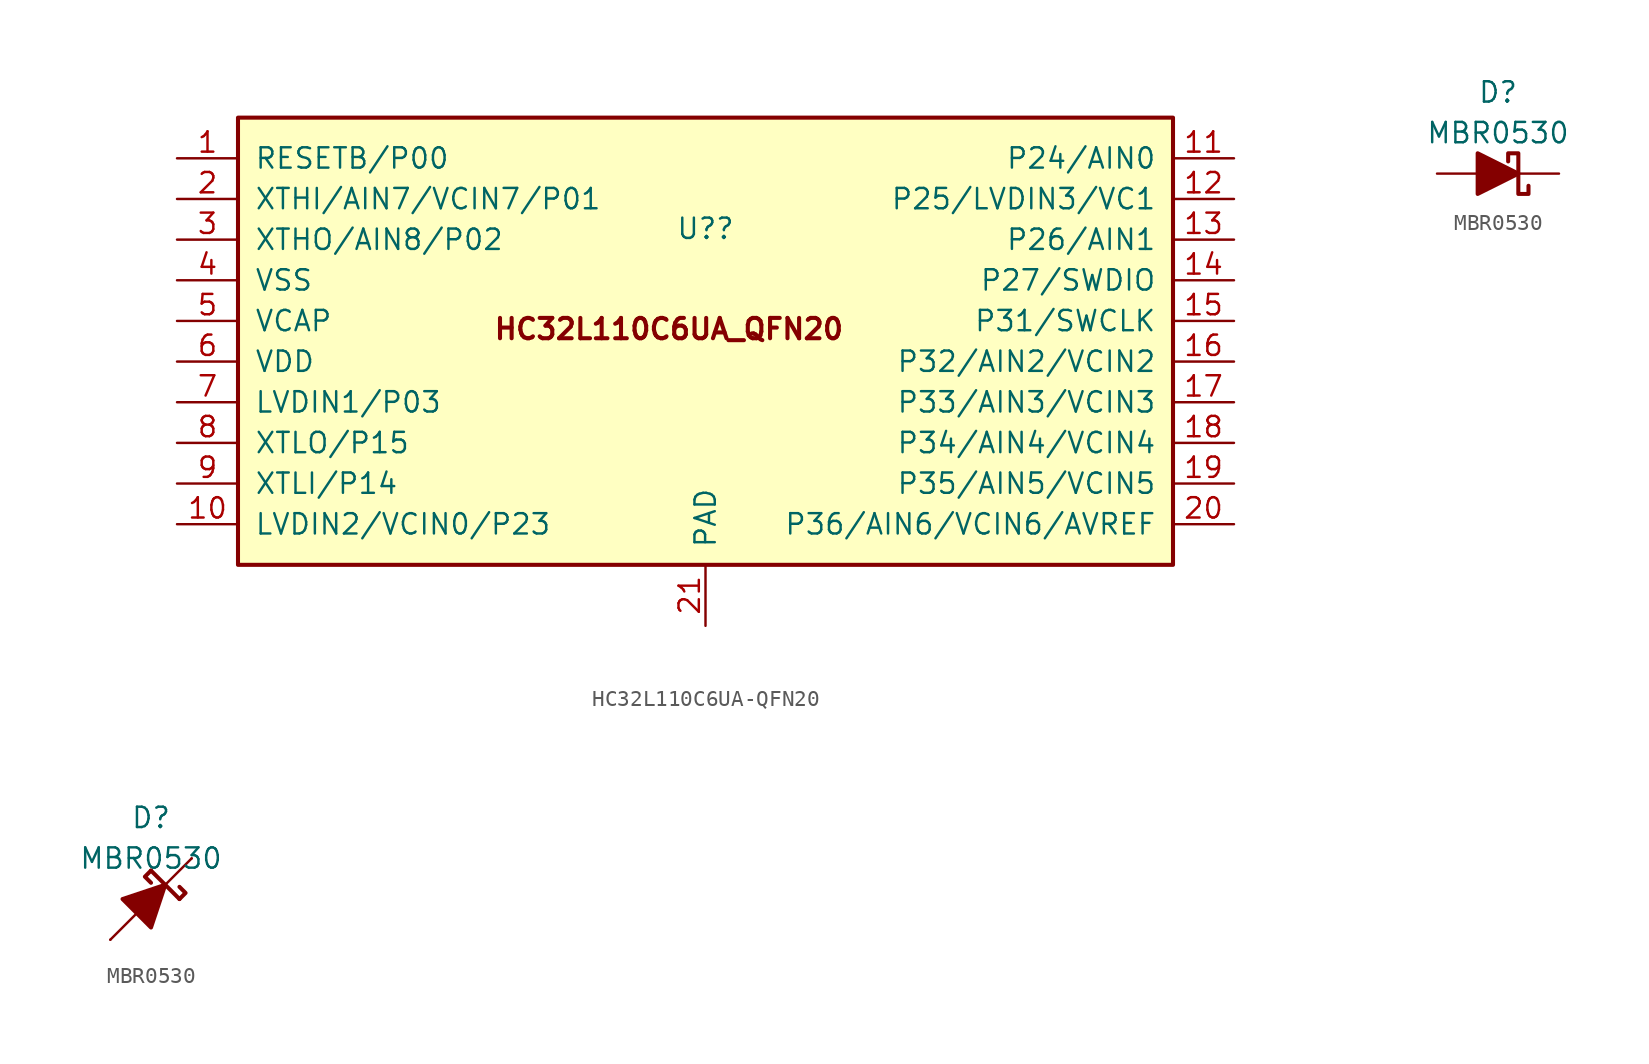
<source format=kicad_sym>
(kicad_symbol_lib
  (version 20231120)
  (generator "kicad_symbol_editor")
  (generator_version "8.0")
  (symbol "HC32L110C6UA-QFN20"
    (pin_names
      (offset 1.014))
    (property "Reference" "U?"
      (at 0 7.036 0)
      (effects (font (size 1.27 1.27))))
    (symbol "HC32L110C6UA-QFN20_1_1"
      (rectangle (start -29.21 13.97) (end 29.21 -13.97) (stroke (width 0.254) (type default)) (fill (type background)))
      (text "HC32L110C6UA_QFN20" (at -2.286 0.762 0) (effects (font (size 1.27 1.27) (thickness 0.254) (bold yes))))
      (pin input line (at -33.02 11.43 0) (length 3.81) (name "RESETB/P00" (effects (font (size 1.27 1.27)))) (number "1" (effects (font (size 1.27 1.27)))))
      (pin bidirectional line (at -33.02 -11.43 0) (length 3.81) (name "LVDIN2/VCIN0/P23" (effects (font (size 1.27 1.27)))) (number "10" (effects (font (size 1.27 1.27)))))
      (pin bidirectional line (at 33.02 11.43 180) (length 3.81) (name "P24/AIN0" (effects (font (size 1.27 1.27)))) (number "11" (effects (font (size 1.27 1.27)))))
      (pin bidirectional line (at 33.02 8.89 180) (length 3.81) (name "P25/LVDIN3/VC1" (effects (font (size 1.27 1.27)))) (number "12" (effects (font (size 1.27 1.27)))))
      (pin bidirectional line (at 33.02 6.35 180) (length 3.81) (name "P26/AIN1" (effects (font (size 1.27 1.27)))) (number "13" (effects (font (size 1.27 1.27)))))
      (pin bidirectional line (at 33.02 3.81 180) (length 3.81) (name "P27/SWDIO" (effects (font (size 1.27 1.27)))) (number "14" (effects (font (size 1.27 1.27)))))
      (pin input line (at 33.02 1.27 180) (length 3.81) (name "P31/SWCLK" (effects (font (size 1.27 1.27)))) (number "15" (effects (font (size 1.27 1.27)))))
      (pin bidirectional line (at 33.02 -1.27 180) (length 3.81) (name "P32/AIN2/VCIN2" (effects (font (size 1.27 1.27)))) (number "16" (effects (font (size 1.27 1.27)))))
      (pin bidirectional line (at 33.02 -3.81 180) (length 3.81) (name "P33/AIN3/VCIN3" (effects (font (size 1.27 1.27)))) (number "17" (effects (font (size 1.27 1.27)))))
      (pin bidirectional line (at 33.02 -6.35 180) (length 3.81) (name "P34/AIN4/VCIN4" (effects (font (size 1.27 1.27)))) (number "18" (effects (font (size 1.27 1.27)))))
      (pin bidirectional line (at 33.02 -8.89 180) (length 3.81) (name "P35/AIN5/VCIN5" (effects (font (size 1.27 1.27)))) (number "19" (effects (font (size 1.27 1.27)))))
      (pin bidirectional line (at -33.02 8.89 0) (length 3.81) (name "XTHI/AIN7/VCIN7/P01" (effects (font (size 1.27 1.27)))) (number "2" (effects (font (size 1.27 1.27)))))
      (pin bidirectional line (at 33.02 -11.43 180) (length 3.81) (name "P36/AIN6/VCIN6/AVREF" (effects (font (size 1.27 1.27)))) (number "20" (effects (font (size 1.27 1.27)))))
      (pin power_in line (at 0 -17.78 90) (length 3.81) (name "PAD" (effects (font (size 1.27 1.27)))) (number "21" (effects (font (size 1.27 1.27)))))
      (pin bidirectional line (at -33.02 6.35 0) (length 3.81) (name "XTHO/AIN8/P02" (effects (font (size 1.27 1.27)))) (number "3" (effects (font (size 1.27 1.27)))))
      (pin power_in line (at -33.02 3.81 0) (length 3.81) (name "VSS" (effects (font (size 1.27 1.27)))) (number "4" (effects (font (size 1.27 1.27)))))
      (pin passive line (at -33.02 1.27 0) (length 3.81) (name "VCAP" (effects (font (size 1.27 1.27)))) (number "5" (effects (font (size 1.27 1.27)))))
      (pin power_in line (at -33.02 -1.27 0) (length 3.81) (name "VDD" (effects (font (size 1.27 1.27)))) (number "6" (effects (font (size 1.27 1.27)))))
      (pin bidirectional line (at -33.02 -3.81 0) (length 3.81) (name "LVDIN1/P03" (effects (font (size 1.27 1.27)))) (number "7" (effects (font (size 1.27 1.27)))))
      (pin bidirectional line (at -33.02 -6.35 0) (length 3.81) (name "XTLO/P15" (effects (font (size 1.27 1.27)))) (number "8" (effects (font (size 1.27 1.27)))))
      (pin bidirectional line (at -33.02 -8.89 0) (length 3.81) (name "XTLI/P14" (effects (font (size 1.27 1.27)))) (number "9" (effects (font (size 1.27 1.27)))))))
  (symbol "MBR0530"
    (pin_numbers hide)
    (pin_names
      (offset 1.016) hide)
    (property "Reference" "D"
      (at 0 5.08 0)
      (effects (font (size 1.27 1.27))))
    (property "Value" "MBR0530"
      (at 0 2.54 0)
      (effects (font (size 1.27 1.27))))
    (symbol "MBR0530_0_1"
      (polyline (pts (xy -1.27 0) (xy 1.27 0)) (stroke (width 0) (type default)) (fill (type none)))
      (polyline (pts (xy -1.27 -1.27) (xy -1.27 1.27) (xy 1.27 0) (xy -1.27 -1.27)) (stroke (width 0.254) (type default)) (fill (type outline)))
      (polyline (pts (xy 1.905 -0.762) (xy 1.905 -1.27) (xy 1.27 -1.27) (xy 1.27 1.27) (xy 0.635 1.27) (xy 0.635 0.762)) (stroke (width 0.254) (type default)) (fill (type none))))
    (symbol "MBR0530_0_2"
      (polyline (pts (xy -2.54 -2.54) (xy 2.54 2.54)) (stroke (width 0) (type default)) (fill (type none)))
      (polyline (pts (xy 0 1.778) (xy 1.778 0)) (stroke (width 0.254) (type default)) (fill (type none)))
      (polyline (pts (xy 0 1.778) (xy -0.381 1.397) (xy 0 1.016)) (stroke (width 0.254) (type default)) (fill (type none)))
      (polyline (pts (xy 1.778 0) (xy 2.159 0.381) (xy 1.778 0.762)) (stroke (width 0.254) (type default)) (fill (type none)))
      (polyline (pts (xy -0.889 -0.889) (xy -1.778 0) (xy 0.889 0.889) (xy 0 -1.778) (xy -0.889 -0.889)) (stroke (width 0.254) (type default)) (fill (type outline))))
    (symbol "MBR0530_1_1"
      (pin passive line (at 3.81 0 180) (length 2.54) (name "K" (effects (font (size 1.27 1.27)))) (number "1" (effects (font (size 1.27 1.27)))))
      (pin passive line (at -3.81 0 0) (length 2.54) (name "A" (effects (font (size 1.27 1.27)))) (number "2" (effects (font (size 1.27 1.27))))))
    (symbol "MBR0530_1_2"
      (pin passive line (at 2.54 2.54 180) (length 0) (name "K" (effects (font (size 1.27 1.27)))) (number "1" (effects (font (size 1.27 1.27)))))
      (pin passive line (at -2.54 -2.54 0) (length 0) (name "A" (effects (font (size 1.27 1.27)))) (number "2" (effects (font (size 1.27 1.27))))))))
</source>
